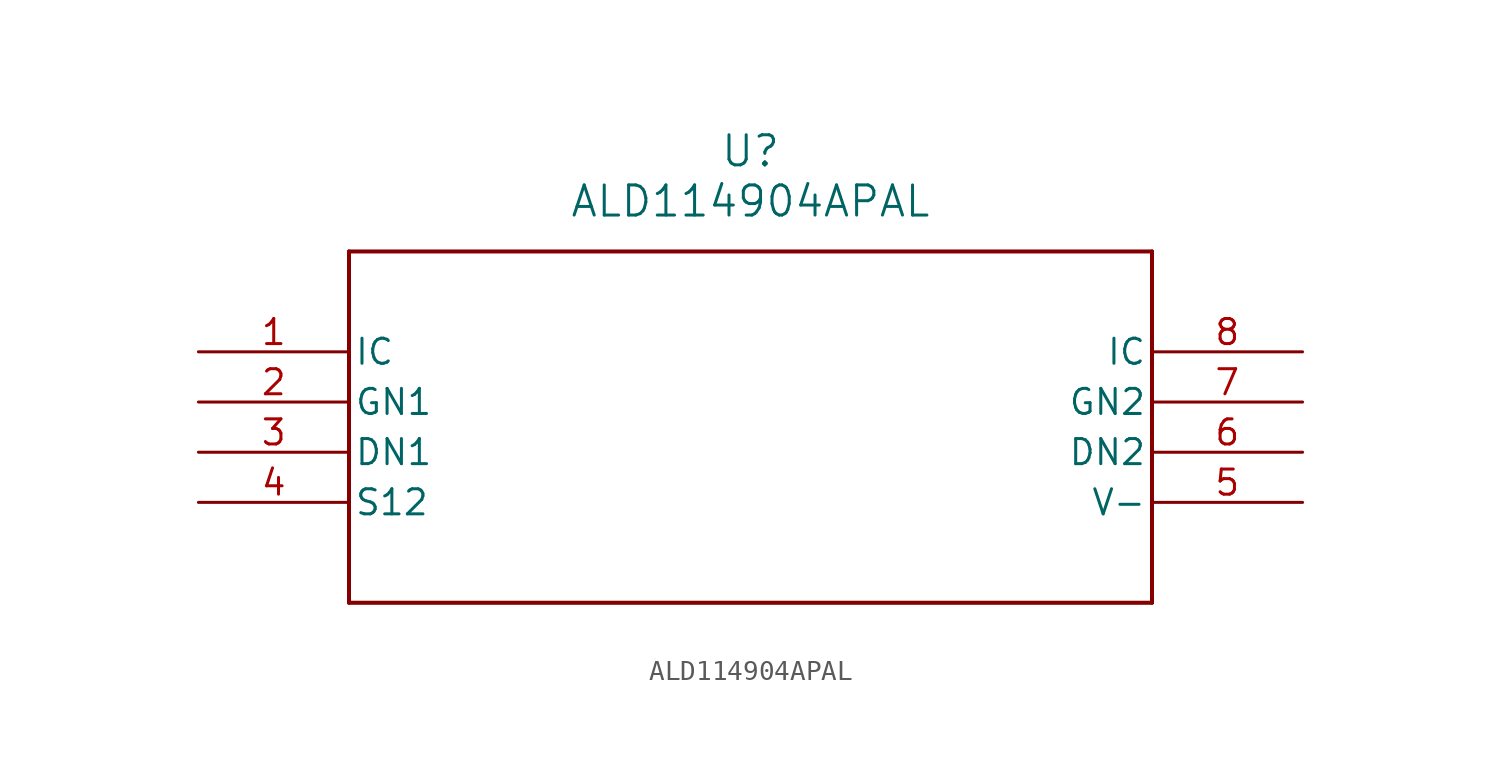
<source format=kicad_sym>
(kicad_symbol_lib
  (version 20211014)
  (generator kicad_symbol_editor)
  (symbol "ALD114904APAL"
    (pin_names
      (offset 0.254))
    (property "Reference" "U"
      (at 27.94 10.16 0)
      (effects (font (size 1.524 1.524))))
    (property "Value" "ALD114904APAL"
      (at 27.94 7.62 0)
      (effects (font (size 1.524 1.524))))
    (symbol "ALD114904APAL_0_1"
      (polyline (pts (xy 7.62 5.08) (xy 7.62 -12.7)) (stroke (width 0.203) (type default) (color 0 0 0 0)) (fill (type none)))
      (polyline (pts (xy 7.62 -12.7) (xy 48.26 -12.7)) (stroke (width 0.203) (type default) (color 0 0 0 0)) (fill (type none)))
      (polyline (pts (xy 48.26 -12.7) (xy 48.26 5.08)) (stroke (width 0.203) (type default) (color 0 0 0 0)) (fill (type none)))
      (polyline (pts (xy 48.26 5.08) (xy 7.62 5.08)) (stroke (width 0.203) (type default) (color 0 0 0 0)) (fill (type none)))
      (pin unspecified line (at 0 0 0) (length 7.62) (name "IC" (effects (font (size 1.27 1.27)))) (number "1" (effects (font (size 1.27 1.27)))))
      (pin unspecified line (at 0 -2.54 0) (length 7.62) (name "GN1" (effects (font (size 1.27 1.27)))) (number "2" (effects (font (size 1.27 1.27)))))
      (pin unspecified line (at 0 -5.08 0) (length 7.62) (name "DN1" (effects (font (size 1.27 1.27)))) (number "3" (effects (font (size 1.27 1.27)))))
      (pin unspecified line (at 0 -7.62 0) (length 7.62) (name "S12" (effects (font (size 1.27 1.27)))) (number "4" (effects (font (size 1.27 1.27)))))
      (pin power_in line (at 55.88 -7.62 180) (length 7.62) (name "V-" (effects (font (size 1.27 1.27)))) (number "5" (effects (font (size 1.27 1.27)))))
      (pin unspecified line (at 55.88 -5.08 180) (length 7.62) (name "DN2" (effects (font (size 1.27 1.27)))) (number "6" (effects (font (size 1.27 1.27)))))
      (pin unspecified line (at 55.88 -2.54 180) (length 7.62) (name "GN2" (effects (font (size 1.27 1.27)))) (number "7" (effects (font (size 1.27 1.27)))))
      (pin unspecified line (at 55.88 0 180) (length 7.62) (name "IC" (effects (font (size 1.27 1.27)))) (number "8" (effects (font (size 1.27 1.27))))))))
</source>
